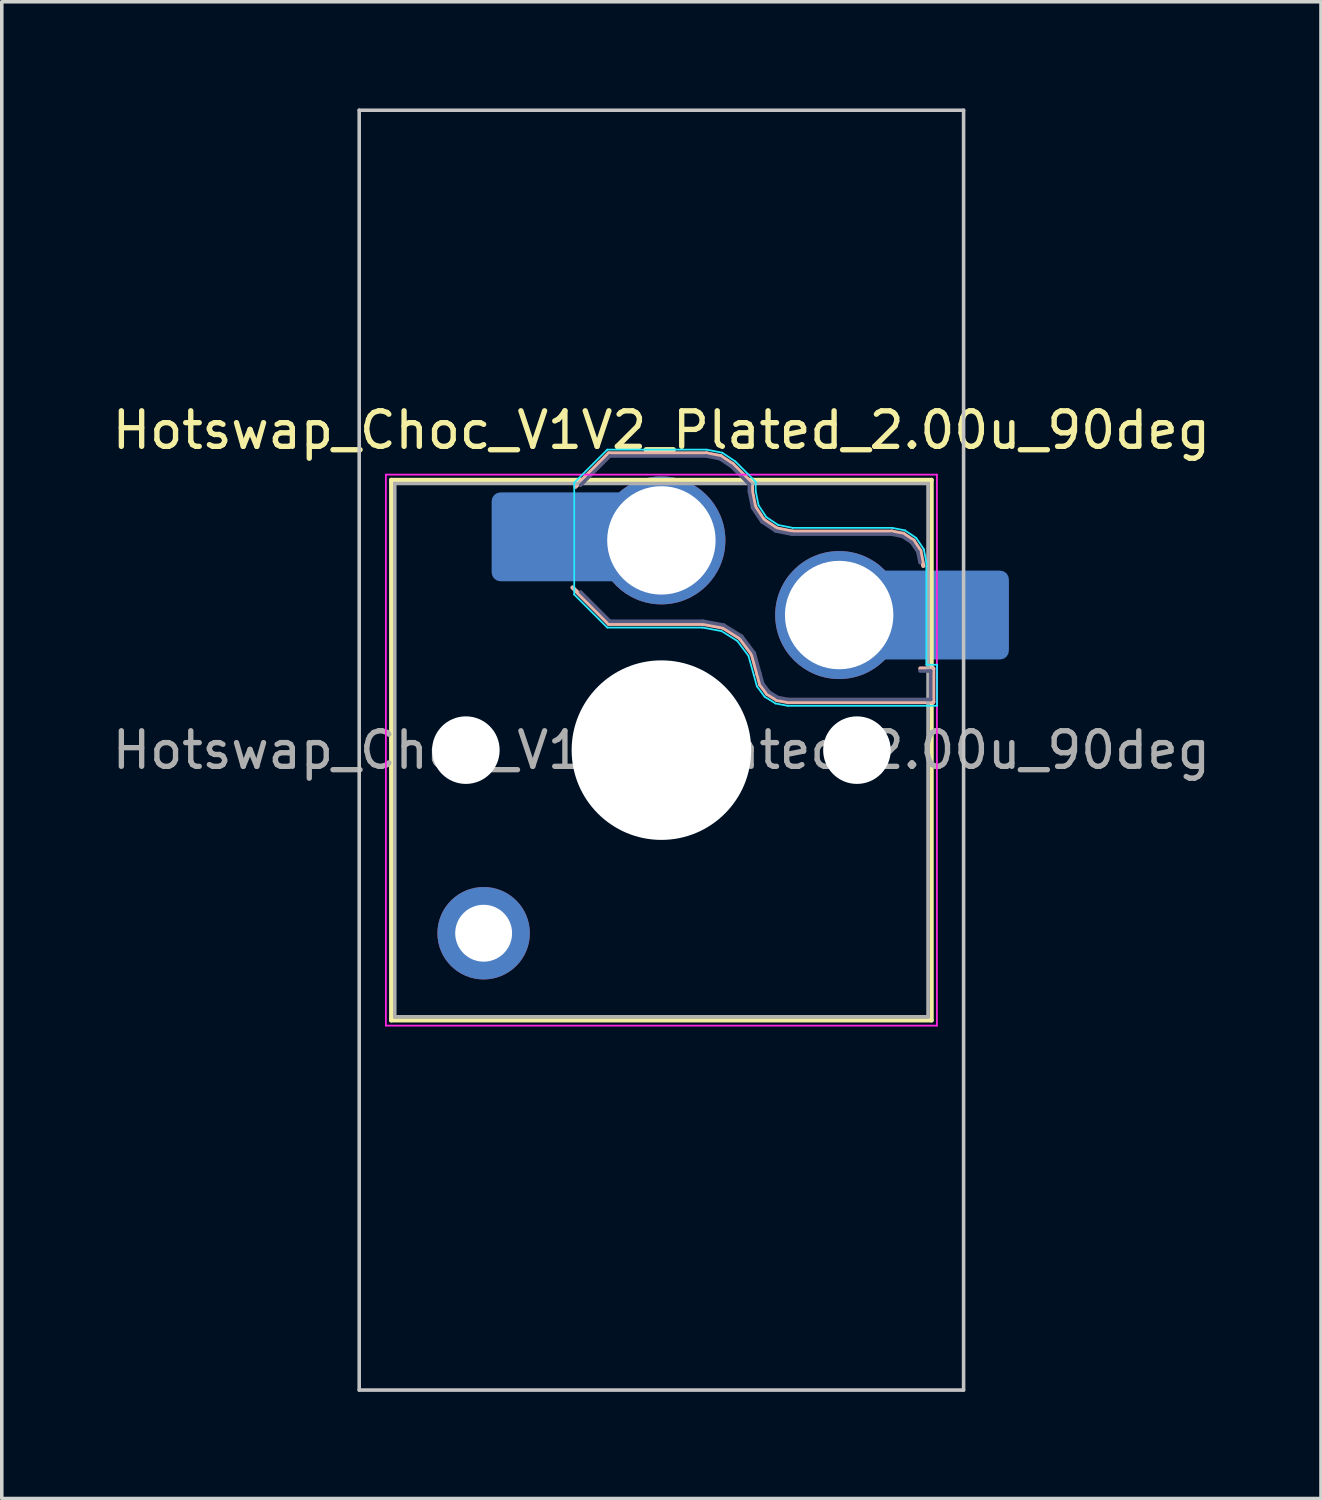
<source format=kicad_pcb>
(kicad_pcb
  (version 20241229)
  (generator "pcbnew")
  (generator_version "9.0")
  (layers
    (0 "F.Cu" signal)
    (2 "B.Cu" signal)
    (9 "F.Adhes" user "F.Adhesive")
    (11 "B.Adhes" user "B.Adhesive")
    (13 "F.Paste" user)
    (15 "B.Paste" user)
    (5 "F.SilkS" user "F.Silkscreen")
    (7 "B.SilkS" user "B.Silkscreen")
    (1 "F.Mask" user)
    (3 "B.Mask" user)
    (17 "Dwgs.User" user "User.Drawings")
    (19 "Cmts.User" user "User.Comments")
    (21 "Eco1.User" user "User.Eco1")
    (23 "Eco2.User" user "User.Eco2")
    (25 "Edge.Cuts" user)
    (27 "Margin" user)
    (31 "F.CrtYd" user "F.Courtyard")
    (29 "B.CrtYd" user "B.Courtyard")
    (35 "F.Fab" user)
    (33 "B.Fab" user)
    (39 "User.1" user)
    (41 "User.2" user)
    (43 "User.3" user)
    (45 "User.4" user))
  (footprint "Hotswap_Choc_V1V2_Plated_2.00u_90deg"
    (layer "F.Cu")
    (at 15.554 18.05)
    (property "Reference" "Hotswap_Choc_V1V2_Plated_2.00u_90deg" (at 0 -9 0) (layer "F.SilkS") (effects (font (size 1 1) (thickness 0.15))))
    (attr smd)
    (fp_line (start -7.6 -7.6) (end -7.6 7.6) (stroke (width 0.12) (type solid)) (layer "F.SilkS"))
    (fp_line (start -7.6 7.6) (end 7.6 7.6) (stroke (width 0.12) (type solid)) (layer "F.SilkS"))
    (fp_line (start 7.6 -7.6) (end -7.6 -7.6) (stroke (width 0.12) (type solid)) (layer "F.SilkS"))
    (fp_line (start 7.6 7.6) (end 7.6 -7.6) (stroke (width 0.12) (type solid)) (layer "F.SilkS"))
    (fp_line (start -2.416 -7.409) (end -1.479 -8.346) (stroke (width 0.12) (type solid)) (layer "B.SilkS"))
    (fp_line (start -1.479 -8.346) (end 1.268 -8.346) (stroke (width 0.12) (type solid)) (layer "B.SilkS"))
    (fp_line (start -1.479 -3.554) (end -2.5 -4.575) (stroke (width 0.12) (type solid)) (layer "B.SilkS"))
    (fp_line (start 1.168 -3.554) (end -1.479 -3.554) (stroke (width 0.12) (type solid)) (layer "B.SilkS"))
    (fp_line (start 1.268 -8.346) (end 1.671 -8.266) (stroke (width 0.12) (type solid)) (layer "B.SilkS"))
    (fp_line (start 1.671 -8.266) (end 2.013 -8.037) (stroke (width 0.12) (type solid)) (layer "B.SilkS"))
    (fp_line (start 1.73 -3.449) (end 1.168 -3.554) (stroke (width 0.12) (type solid)) (layer "B.SilkS"))
    (fp_line (start 2.013 -8.037) (end 2.546 -7.504) (stroke (width 0.12) (type solid)) (layer "B.SilkS"))
    (fp_line (start 2.209 -3.15) (end 1.73 -3.449) (stroke (width 0.12) (type solid)) (layer "B.SilkS"))
    (fp_line (start 2.546 -7.504) (end 2.546 -7.282) (stroke (width 0.12) (type solid)) (layer "B.SilkS"))
    (fp_line (start 2.546 -7.282) (end 2.633 -6.844) (stroke (width 0.12) (type solid)) (layer "B.SilkS"))
    (fp_line (start 2.547 -2.697) (end 2.209 -3.15) (stroke (width 0.12) (type solid)) (layer "B.SilkS"))
    (fp_line (start 2.633 -6.844) (end 2.877 -6.477) (stroke (width 0.12) (type solid)) (layer "B.SilkS"))
    (fp_line (start 2.701 -2.139) (end 2.547 -2.697) (stroke (width 0.12) (type solid)) (layer "B.SilkS"))
    (fp_line (start 2.783 -1.841) (end 2.701 -2.139) (stroke (width 0.12) (type solid)) (layer "B.SilkS"))
    (fp_line (start 2.877 -6.477) (end 3.244 -6.233) (stroke (width 0.12) (type solid)) (layer "B.SilkS"))
    (fp_line (start 2.976 -1.583) (end 2.783 -1.841) (stroke (width 0.12) (type solid)) (layer "B.SilkS"))
    (fp_line (start 3.244 -6.233) (end 3.682 -6.146) (stroke (width 0.12) (type solid)) (layer "B.SilkS"))
    (fp_line (start 3.25 -1.413) (end 2.976 -1.583) (stroke (width 0.12) (type solid)) (layer "B.SilkS"))
    (fp_line (start 3.56 -1.354) (end 3.25 -1.413) (stroke (width 0.12) (type solid)) (layer "B.SilkS"))
    (fp_line (start 3.682 -6.146) (end 6.482 -6.146) (stroke (width 0.12) (type solid)) (layer "B.SilkS"))
    (fp_line (start 6.482 -6.146) (end 6.809 -6.081) (stroke (width 0.12) (type solid)) (layer "B.SilkS"))
    (fp_line (start 6.809 -6.081) (end 7.092 -5.892) (stroke (width 0.12) (type solid)) (layer "B.SilkS"))
    (fp_line (start 7.092 -5.892) (end 7.281 -5.609) (stroke (width 0.12) (type solid)) (layer "B.SilkS"))
    (fp_line (start 7.281 -5.609) (end 7.366 -5.182) (stroke (width 0.12) (type solid)) (layer "B.SilkS"))
    (fp_line (start 7.283 -2.296) (end 7.646 -2.296) (stroke (width 0.12) (type solid)) (layer "B.SilkS"))
    (fp_line (start 7.646 -2.296) (end 7.646 -1.354) (stroke (width 0.12) (type solid)) (layer "B.SilkS"))
    (fp_line (start 7.646 -1.354) (end 3.56 -1.354) (stroke (width 0.12) (type solid)) (layer "B.SilkS"))
    (fp_line (start -8.5 -18) (end 8.5 -18) (stroke (width 0.1) (type solid)) (layer "Dwgs.User"))
    (fp_line (start -8.5 18) (end -8.5 -18) (stroke (width 0.1) (type solid)) (layer "Dwgs.User"))
    (fp_line (start 8.5 -18) (end 8.5 18) (stroke (width 0.1) (type solid)) (layer "Dwgs.User"))
    (fp_line (start 8.5 18) (end -8.5 18) (stroke (width 0.1) (type solid)) (layer "Dwgs.User"))
    (fp_line (start -7.25 -7.25) (end -7.25 7.25) (stroke (width 0.1) (type solid)) (layer "Eco1.User"))
    (fp_line (start -7.25 7.25) (end 7.25 7.25) (stroke (width 0.1) (type solid)) (layer "Eco1.User"))
    (fp_line (start 7.25 -7.25) (end -7.25 -7.25) (stroke (width 0.1) (type solid)) (layer "Eco1.User"))
    (fp_line (start 7.25 7.25) (end 7.25 -7.25) (stroke (width 0.1) (type solid)) (layer "Eco1.User"))
    (fp_line (start -2.452 -7.523) (end -1.523 -8.452) (stroke (width 0.05) (type solid)) (layer "B.CrtYd"))
    (fp_line (start -2.452 -4.377) (end -2.452 -7.523) (stroke (width 0.05) (type solid)) (layer "B.CrtYd"))
    (fp_line (start -1.523 -8.452) (end 1.278 -8.452) (stroke (width 0.05) (type solid)) (layer "B.CrtYd"))
    (fp_line (start -1.523 -3.448) (end -2.452 -4.377) (stroke (width 0.05) (type solid)) (layer "B.CrtYd"))
    (fp_line (start 1.159 -3.448) (end -1.523 -3.448) (stroke (width 0.05) (type solid)) (layer "B.CrtYd"))
    (fp_line (start 1.278 -8.452) (end 1.712 -8.366) (stroke (width 0.05) (type solid)) (layer "B.CrtYd"))
    (fp_line (start 1.691 -3.348) (end 1.159 -3.448) (stroke (width 0.05) (type solid)) (layer "B.CrtYd"))
    (fp_line (start 1.712 -8.366) (end 2.081 -8.119) (stroke (width 0.05) (type solid)) (layer "B.CrtYd"))
    (fp_line (start 2.081 -8.119) (end 2.652 -7.548) (stroke (width 0.05) (type solid)) (layer "B.CrtYd"))
    (fp_line (start 2.136 -3.071) (end 1.691 -3.348) (stroke (width 0.05) (type solid)) (layer "B.CrtYd"))
    (fp_line (start 2.45 -2.65) (end 2.136 -3.071) (stroke (width 0.05) (type solid)) (layer "B.CrtYd"))
    (fp_line (start 2.599 -2.111) (end 2.45 -2.65) (stroke (width 0.05) (type solid)) (layer "B.CrtYd"))
    (fp_line (start 2.652 -7.548) (end 2.652 -7.292) (stroke (width 0.05) (type solid)) (layer "B.CrtYd"))
    (fp_line (start 2.652 -7.292) (end 2.733 -6.885) (stroke (width 0.05) (type solid)) (layer "B.CrtYd"))
    (fp_line (start 2.687 -1.794) (end 2.599 -2.111) (stroke (width 0.05) (type solid)) (layer "B.CrtYd"))
    (fp_line (start 2.733 -6.885) (end 2.953 -6.553) (stroke (width 0.05) (type solid)) (layer "B.CrtYd"))
    (fp_line (start 2.903 -1.503) (end 2.687 -1.794) (stroke (width 0.05) (type solid)) (layer "B.CrtYd"))
    (fp_line (start 2.953 -6.553) (end 3.285 -6.333) (stroke (width 0.05) (type solid)) (layer "B.CrtYd"))
    (fp_line (start 3.211 -1.312) (end 2.903 -1.503) (stroke (width 0.05) (type solid)) (layer "B.CrtYd"))
    (fp_line (start 3.285 -6.333) (end 3.692 -6.252) (stroke (width 0.05) (type solid)) (layer "B.CrtYd"))
    (fp_line (start 3.55 -1.248) (end 3.211 -1.312) (stroke (width 0.05) (type solid)) (layer "B.CrtYd"))
    (fp_line (start 3.692 -6.252) (end 6.492 -6.252) (stroke (width 0.05) (type solid)) (layer "B.CrtYd"))
    (fp_line (start 6.492 -6.252) (end 6.85 -6.181) (stroke (width 0.05) (type solid)) (layer "B.CrtYd"))
    (fp_line (start 6.85 -6.181) (end 7.168 -5.968) (stroke (width 0.05) (type solid)) (layer "B.CrtYd"))
    (fp_line (start 7.168 -5.968) (end 7.381 -5.65) (stroke (width 0.05) (type solid)) (layer "B.CrtYd"))
    (fp_line (start 7.381 -5.65) (end 7.452 -5.292) (stroke (width 0.05) (type solid)) (layer "B.CrtYd"))
    (fp_line (start 7.452 -5.292) (end 7.452 -2.402) (stroke (width 0.05) (type solid)) (layer "B.CrtYd"))
    (fp_line (start 7.452 -2.402) (end 7.752 -2.402) (stroke (width 0.05) (type solid)) (layer "B.CrtYd"))
    (fp_line (start 7.752 -2.402) (end 7.752 -1.248) (stroke (width 0.05) (type solid)) (layer "B.CrtYd"))
    (fp_line (start 7.752 -1.248) (end 3.55 -1.248) (stroke (width 0.05) (type solid)) (layer "B.CrtYd"))
    (fp_line (start -7.75 -7.75) (end -7.75 7.75) (stroke (width 0.05) (type solid)) (layer "F.CrtYd"))
    (fp_line (start -7.75 7.75) (end 7.75 7.75) (stroke (width 0.05) (type solid)) (layer "F.CrtYd"))
    (fp_line (start 7.75 -7.75) (end -7.75 -7.75) (stroke (width 0.05) (type solid)) (layer "F.CrtYd"))
    (fp_line (start 7.75 7.75) (end 7.75 -7.75) (stroke (width 0.05) (type solid)) (layer "F.CrtYd"))
    (fp_line (start -2.275 -7.45) (end -1.45 -8.275) (stroke (width 0.1) (type solid)) (layer "B.Fab"))
    (fp_line (start -1.45 -8.275) (end 1.261 -8.275) (stroke (width 0.1) (type solid)) (layer "B.Fab"))
    (fp_line (start -1.45 -3.625) (end -2.275 -4.45) (stroke (width 0.1) (type solid)) (layer "B.Fab"))
    (fp_line (start 1.175 -3.625) (end -1.45 -3.625) (stroke (width 0.1) (type solid)) (layer "B.Fab"))
    (fp_line (start 1.261 -8.275) (end 1.643 -8.199) (stroke (width 0.1) (type solid)) (layer "B.Fab"))
    (fp_line (start 1.643 -8.199) (end 1.968 -7.982) (stroke (width 0.1) (type solid)) (layer "B.Fab"))
    (fp_line (start 1.756 -3.516) (end 1.175 -3.625) (stroke (width 0.1) (type solid)) (layer "B.Fab"))
    (fp_line (start 1.968 -7.982) (end 2.475 -7.475) (stroke (width 0.1) (type solid)) (layer "B.Fab"))
    (fp_line (start 2.258 -3.203) (end 1.756 -3.516) (stroke (width 0.1) (type solid)) (layer "B.Fab"))
    (fp_line (start 2.475 -7.475) (end 2.475 -7.275) (stroke (width 0.1) (type solid)) (layer "B.Fab"))
    (fp_line (start 2.475 -7.275) (end 2.566 -6.816) (stroke (width 0.1) (type solid)) (layer "B.Fab"))
    (fp_line (start 2.566 -6.816) (end 2.826 -6.426) (stroke (width 0.1) (type solid)) (layer "B.Fab"))
    (fp_line (start 2.612 -2.729) (end 2.258 -3.203) (stroke (width 0.1) (type solid)) (layer "B.Fab"))
    (fp_line (start 2.769 -2.158) (end 2.612 -2.729) (stroke (width 0.1) (type solid)) (layer "B.Fab"))
    (fp_line (start 2.826 -6.426) (end 3.216 -6.166) (stroke (width 0.1) (type solid)) (layer "B.Fab"))
    (fp_line (start 2.848 -1.873) (end 2.769 -2.158) (stroke (width 0.1) (type solid)) (layer "B.Fab"))
    (fp_line (start 3.025 -1.636) (end 2.848 -1.873) (stroke (width 0.1) (type solid)) (layer "B.Fab"))
    (fp_line (start 3.216 -6.166) (end 3.675 -6.075) (stroke (width 0.1) (type solid)) (layer "B.Fab"))
    (fp_line (start 3.276 -1.48) (end 3.025 -1.636) (stroke (width 0.1) (type solid)) (layer "B.Fab"))
    (fp_line (start 3.567 -1.425) (end 3.276 -1.48) (stroke (width 0.1) (type solid)) (layer "B.Fab"))
    (fp_line (start 3.675 -6.075) (end 6.475 -6.075) (stroke (width 0.1) (type solid)) (layer "B.Fab"))
    (fp_line (start 6.475 -6.075) (end 6.781 -6.014) (stroke (width 0.1) (type solid)) (layer "B.Fab"))
    (fp_line (start 6.781 -6.014) (end 7.041 -5.841) (stroke (width 0.1) (type solid)) (layer "B.Fab"))
    (fp_line (start 7.041 -5.841) (end 7.214 -5.581) (stroke (width 0.1) (type solid)) (layer "B.Fab"))
    (fp_line (start 7.214 -5.581) (end 7.275 -5.275) (stroke (width 0.1) (type solid)) (layer "B.Fab"))
    (fp_line (start 7.275 -2.225) (end 7.575 -2.225) (stroke (width 0.1) (type solid)) (layer "B.Fab"))
    (fp_line (start 7.575 -2.225) (end 7.575 -1.425) (stroke (width 0.1) (type solid)) (layer "B.Fab"))
    (fp_line (start 7.575 -1.425) (end 3.567 -1.425) (stroke (width 0.1) (type solid)) (layer "B.Fab"))
    (fp_line (start -7.5 -7.5) (end -7.5 7.5) (stroke (width 0.1) (type solid)) (layer "F.Fab"))
    (fp_line (start -7.5 7.5) (end 7.5 7.5) (stroke (width 0.1) (type solid)) (layer "F.Fab"))
    (fp_line (start 7.5 -7.5) (end -7.5 -7.5) (stroke (width 0.1) (type solid)) (layer "F.Fab"))
    (fp_line (start 7.5 7.5) (end 7.5 -7.5) (stroke (width 0.1) (type solid)) (layer "F.Fab"))
    (fp_text user "${REFERENCE}" (at 0 0 0) (layer "F.Fab") (effects (font (size 1 1) (thickness 0.15))))
    (pad "" np_thru_hole circle (at -5.5 0) (size 1.9 1.9) (drill 1.9) (layers "*.Cu" "*.Mask"))
    (pad "" thru_hole circle (at -5 5.15) (size 2.6 2.6) (drill 1.6) (layers "*.Cu" "*.Mask"))
    (pad "" smd roundrect (at -3.5 -6) (size 2.55 2.5) (layers "B.Mask" "B.Paste") (roundrect_rratio 0.1))
    (pad "" np_thru_hole circle (at 0 0) (size 5.05 5.05) (drill 5.05) (layers "*.Cu" "*.Mask"))
    (pad "" np_thru_hole circle (at 5.5 0) (size 1.9 1.9) (drill 1.9) (layers "*.Cu" "*.Mask"))
    (pad "" smd roundrect (at 8.5 -3.8) (size 2.55 2.5) (layers "B.Mask" "B.Paste") (roundrect_rratio 0.1))
    (pad "1" smd roundrect (at -2.85 -6) (size 3.85 2.5) (layers "B.Cu") (roundrect_rratio 0.1))
    (pad "1" thru_hole circle (at 0 -5.9) (size 3.6 3.6) (drill 3.05) (layers "*.Cu" "*.Mask"))
    (pad "2" thru_hole circle (at 5 -3.8) (size 3.6 3.6) (drill 3.05) (layers "*.Cu" "*.Mask"))
    (pad "2" smd roundrect (at 7.85 -3.8) (size 3.85 2.5) (layers "B.Cu") (roundrect_rratio 0.1)))
  (gr_rect
    (start -3 -3)
    (end 34.107 39.1)
    (stroke (width 0.1) (type default))
    (fill no)
    (layer "Edge.Cuts")))
</source>
